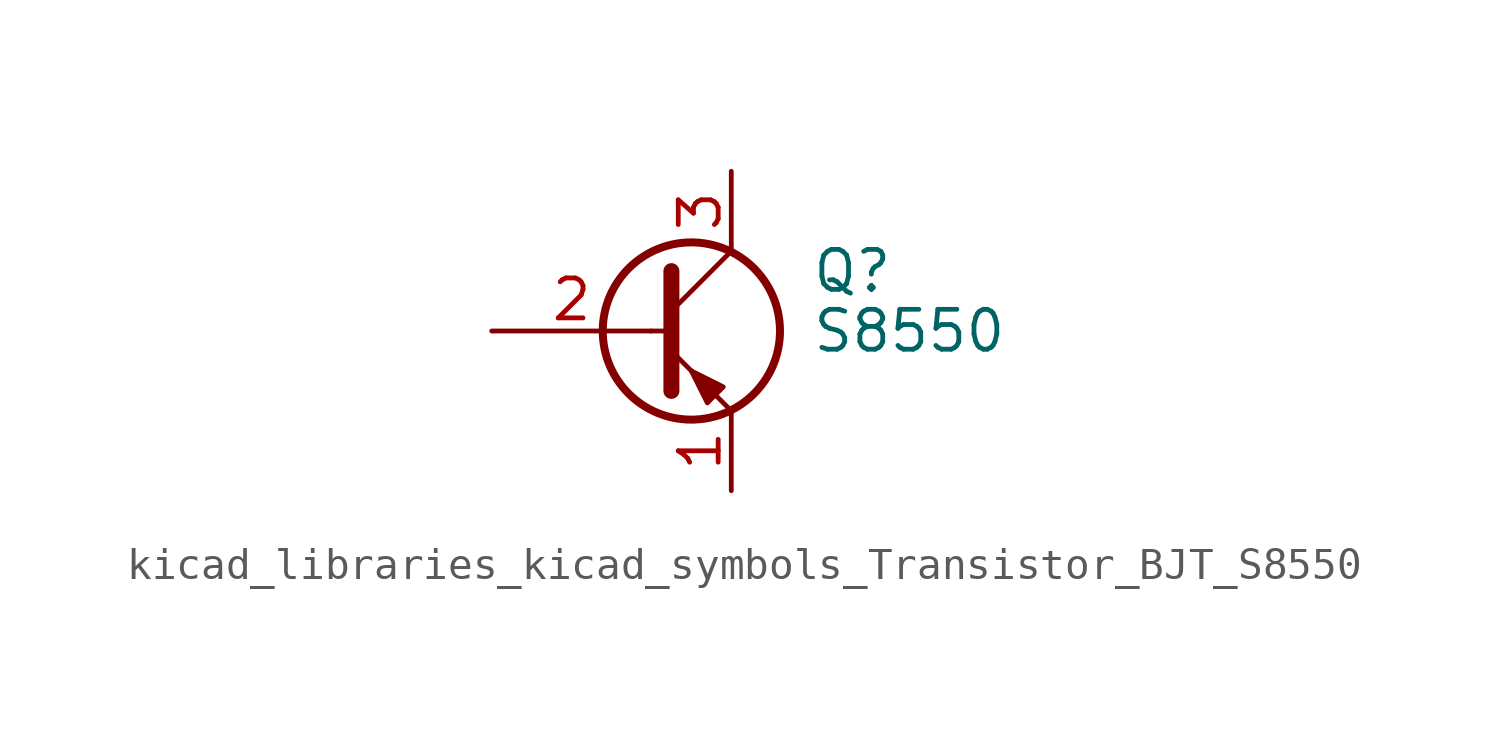
<source format=kicad_sym>
(kicad_symbol_lib
  (version 20220914)
  (generator kicad_symbol_editor)
  (symbol "kicad_libraries_kicad_symbols_Transistor_BJT_S8550"
    (pin_names
      (offset 0) hide)
    (property "Reference" "Q"
      (at 5.08 1.905 0)
      (effects (font (size 1.27 1.27)) (justify left)))
    (property "Value" "S8550"
      (at 5.08 0 0)
      (effects (font (size 1.27 1.27)) (justify left)))
    (symbol "kicad_libraries_kicad_symbols_Transistor_BJT_S8550_0_1"
      (polyline (pts (xy 0 0) (xy 0.635 0)) (stroke (width 0) (type default)) (fill (type none)))
      (polyline (pts (xy 2.54 -2.54) (xy 0.635 -0.635)) (stroke (width 0) (type default)) (fill (type none)))
      (polyline (pts (xy 2.54 2.54) (xy 0.635 0.635)) (stroke (width 0) (type default)) (fill (type none)))
      (polyline (pts (xy 0.635 1.905) (xy 0.635 -1.905) (xy 0.635 -1.905)) (stroke (width 0.508) (type default)) (fill (type outline)))
      (polyline (pts (xy 1.778 -2.286) (xy 2.286 -1.778) (xy 1.27 -1.27) (xy 1.778 -2.286) (xy 1.778 -2.286)) (stroke (width 0) (type default)) (fill (type outline)))
      (circle (center 1.27 0) (radius 2.819) (stroke (width 0.254) (type default)) (fill (type none))))
    (symbol "kicad_libraries_kicad_symbols_Transistor_BJT_S8550_1_1"
      (pin passive line (at 2.54 -5.08 90) (length 2.54) (name "E" (effects (font (size 1.27 1.27)))) (number "1" (effects (font (size 1.27 1.27)))))
      (pin input line (at -5.08 0 0) (length 5.08) (name "B" (effects (font (size 1.27 1.27)))) (number "2" (effects (font (size 1.27 1.27)))))
      (pin passive line (at 2.54 5.08 270) (length 2.54) (name "C" (effects (font (size 1.27 1.27)))) (number "3" (effects (font (size 1.27 1.27))))))))
</source>
